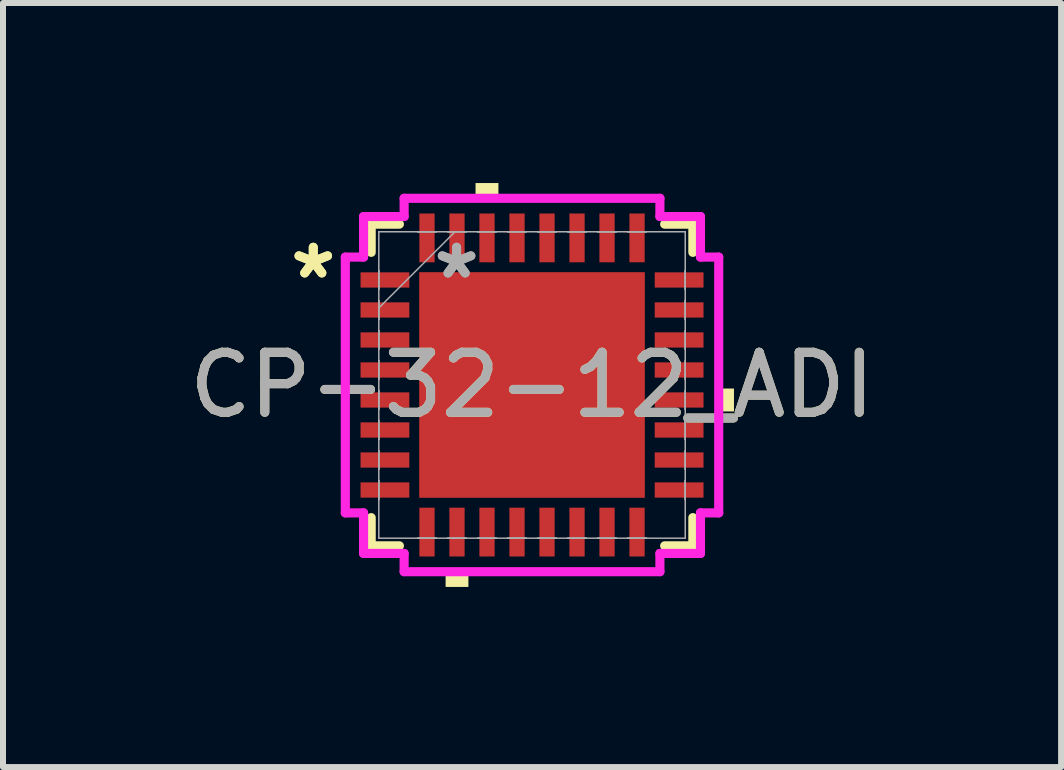
<source format=kicad_pcb>
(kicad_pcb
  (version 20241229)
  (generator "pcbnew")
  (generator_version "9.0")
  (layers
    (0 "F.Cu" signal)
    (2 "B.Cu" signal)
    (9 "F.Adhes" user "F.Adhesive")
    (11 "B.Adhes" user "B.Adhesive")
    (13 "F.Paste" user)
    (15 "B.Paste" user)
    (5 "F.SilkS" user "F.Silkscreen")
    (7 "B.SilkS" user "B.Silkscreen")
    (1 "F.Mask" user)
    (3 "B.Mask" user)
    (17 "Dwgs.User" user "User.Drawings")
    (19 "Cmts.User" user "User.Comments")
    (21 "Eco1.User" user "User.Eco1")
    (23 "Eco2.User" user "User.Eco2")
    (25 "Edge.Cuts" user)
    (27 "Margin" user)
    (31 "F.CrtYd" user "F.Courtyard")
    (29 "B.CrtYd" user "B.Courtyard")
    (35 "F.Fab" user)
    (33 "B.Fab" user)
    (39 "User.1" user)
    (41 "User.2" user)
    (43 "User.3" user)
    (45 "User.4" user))
  (footprint "CP-32-12_ADI"
    (layer "F.Cu")
    (at 5.815 3.365)
    (property "Reference" "CP-32-12_ADI" (at 0 0 0) (unlocked yes) (layer "F.SilkS") (effects (font (size 1 1) (thickness 0.15))))
    (attr smd)
    (fp_line (start -2.68 -2.68) (end -2.68 -2.21) (stroke (width 0.152) (type solid)) (layer "F.SilkS"))
    (fp_line (start -2.68 2.21) (end -2.68 2.68) (stroke (width 0.152) (type solid)) (layer "F.SilkS"))
    (fp_line (start -2.68 2.68) (end -2.21 2.68) (stroke (width 0.152) (type solid)) (layer "F.SilkS"))
    (fp_line (start -2.21 -2.68) (end -2.68 -2.68) (stroke (width 0.152) (type solid)) (layer "F.SilkS"))
    (fp_line (start 2.21 2.68) (end 2.68 2.68) (stroke (width 0.152) (type solid)) (layer "F.SilkS"))
    (fp_line (start 2.68 -2.68) (end 2.21 -2.68) (stroke (width 0.152) (type solid)) (layer "F.SilkS"))
    (fp_line (start 2.68 -2.21) (end 2.68 -2.68) (stroke (width 0.152) (type solid)) (layer "F.SilkS"))
    (fp_line (start 2.68 2.68) (end 2.68 2.21) (stroke (width 0.152) (type solid)) (layer "F.SilkS"))
    (fp_poly (pts (xy -1.44 3.111) (xy -1.44 3.365) (xy -1.06 3.365) (xy -1.06 3.111)) (stroke (width 0) (type solid)) (fill yes) (layer "F.SilkS"))
    (fp_poly (pts (xy -0.941 -3.111) (xy -0.941 -3.365) (xy -0.56 -3.365) (xy -0.56 -3.111)) (stroke (width 0) (type solid)) (fill yes) (layer "F.SilkS"))
    (fp_poly (pts (xy 3.365 0.059) (xy 3.365 0.441) (xy 3.111 0.441) (xy 3.111 0.059)) (stroke (width 0) (type solid)) (fill yes) (layer "F.SilkS"))
    (fp_line (start -3.111 -2.131) (end -2.807 -2.131) (stroke (width 0.152) (type solid)) (layer "F.CrtYd"))
    (fp_line (start -3.111 2.131) (end -3.111 -2.131) (stroke (width 0.152) (type solid)) (layer "F.CrtYd"))
    (fp_line (start -2.807 -2.807) (end -2.131 -2.807) (stroke (width 0.152) (type solid)) (layer "F.CrtYd"))
    (fp_line (start -2.807 -2.131) (end -2.807 -2.807) (stroke (width 0.152) (type solid)) (layer "F.CrtYd"))
    (fp_line (start -2.807 2.131) (end -3.111 2.131) (stroke (width 0.152) (type solid)) (layer "F.CrtYd"))
    (fp_line (start -2.807 2.807) (end -2.807 2.131) (stroke (width 0.152) (type solid)) (layer "F.CrtYd"))
    (fp_line (start -2.131 -3.111) (end 2.131 -3.111) (stroke (width 0.152) (type solid)) (layer "F.CrtYd"))
    (fp_line (start -2.131 -2.807) (end -2.131 -3.111) (stroke (width 0.152) (type solid)) (layer "F.CrtYd"))
    (fp_line (start -2.131 2.807) (end -2.807 2.807) (stroke (width 0.152) (type solid)) (layer "F.CrtYd"))
    (fp_line (start -2.131 3.111) (end -2.131 2.807) (stroke (width 0.152) (type solid)) (layer "F.CrtYd"))
    (fp_line (start 2.131 -3.111) (end 2.131 -2.807) (stroke (width 0.152) (type solid)) (layer "F.CrtYd"))
    (fp_line (start 2.131 -2.807) (end 2.807 -2.807) (stroke (width 0.152) (type solid)) (layer "F.CrtYd"))
    (fp_line (start 2.131 2.807) (end 2.131 3.111) (stroke (width 0.152) (type solid)) (layer "F.CrtYd"))
    (fp_line (start 2.131 3.111) (end -2.131 3.111) (stroke (width 0.152) (type solid)) (layer "F.CrtYd"))
    (fp_line (start 2.807 -2.807) (end 2.807 -2.131) (stroke (width 0.152) (type solid)) (layer "F.CrtYd"))
    (fp_line (start 2.807 -2.131) (end 3.111 -2.131) (stroke (width 0.152) (type solid)) (layer "F.CrtYd"))
    (fp_line (start 2.807 2.131) (end 2.807 2.807) (stroke (width 0.152) (type solid)) (layer "F.CrtYd"))
    (fp_line (start 2.807 2.807) (end 2.131 2.807) (stroke (width 0.152) (type solid)) (layer "F.CrtYd"))
    (fp_line (start 3.111 -2.131) (end 3.111 2.131) (stroke (width 0.152) (type solid)) (layer "F.CrtYd"))
    (fp_line (start 3.111 2.131) (end 2.807 2.131) (stroke (width 0.152) (type solid)) (layer "F.CrtYd"))
    (fp_line (start -2.553 -2.553) (end -2.553 2.553) (stroke (width 0.025) (type solid)) (layer "F.Fab"))
    (fp_line (start -2.553 -1.902) (end -2.553 -1.902) (stroke (width 0.025) (type solid)) (layer "F.Fab"))
    (fp_line (start -2.553 -1.902) (end -2.553 -1.598) (stroke (width 0.025) (type solid)) (layer "F.Fab"))
    (fp_line (start -2.553 -1.598) (end -2.553 -1.902) (stroke (width 0.025) (type solid)) (layer "F.Fab"))
    (fp_line (start -2.553 -1.598) (end -2.553 -1.598) (stroke (width 0.025) (type solid)) (layer "F.Fab"))
    (fp_line (start -2.553 -1.402) (end -2.553 -1.402) (stroke (width 0.025) (type solid)) (layer "F.Fab"))
    (fp_line (start -2.553 -1.402) (end -2.553 -1.098) (stroke (width 0.025) (type solid)) (layer "F.Fab"))
    (fp_line (start -2.553 -1.283) (end -1.283 -2.553) (stroke (width 0.025) (type solid)) (layer "F.Fab"))
    (fp_line (start -2.553 -1.098) (end -2.553 -1.402) (stroke (width 0.025) (type solid)) (layer "F.Fab"))
    (fp_line (start -2.553 -1.098) (end -2.553 -1.098) (stroke (width 0.025) (type solid)) (layer "F.Fab"))
    (fp_line (start -2.553 -0.902) (end -2.553 -0.902) (stroke (width 0.025) (type solid)) (layer "F.Fab"))
    (fp_line (start -2.553 -0.902) (end -2.553 -0.598) (stroke (width 0.025) (type solid)) (layer "F.Fab"))
    (fp_line (start -2.553 -0.598) (end -2.553 -0.902) (stroke (width 0.025) (type solid)) (layer "F.Fab"))
    (fp_line (start -2.553 -0.598) (end -2.553 -0.598) (stroke (width 0.025) (type solid)) (layer "F.Fab"))
    (fp_line (start -2.553 -0.402) (end -2.553 -0.402) (stroke (width 0.025) (type solid)) (layer "F.Fab"))
    (fp_line (start -2.553 -0.402) (end -2.553 -0.098) (stroke (width 0.025) (type solid)) (layer "F.Fab"))
    (fp_line (start -2.553 -0.098) (end -2.553 -0.402) (stroke (width 0.025) (type solid)) (layer "F.Fab"))
    (fp_line (start -2.553 -0.098) (end -2.553 -0.098) (stroke (width 0.025) (type solid)) (layer "F.Fab"))
    (fp_line (start -2.553 0.098) (end -2.553 0.098) (stroke (width 0.025) (type solid)) (layer "F.Fab"))
    (fp_line (start -2.553 0.098) (end -2.553 0.402) (stroke (width 0.025) (type solid)) (layer "F.Fab"))
    (fp_line (start -2.553 0.402) (end -2.553 0.098) (stroke (width 0.025) (type solid)) (layer "F.Fab"))
    (fp_line (start -2.553 0.402) (end -2.553 0.402) (stroke (width 0.025) (type solid)) (layer "F.Fab"))
    (fp_line (start -2.553 0.598) (end -2.553 0.598) (stroke (width 0.025) (type solid)) (layer "F.Fab"))
    (fp_line (start -2.553 0.598) (end -2.553 0.902) (stroke (width 0.025) (type solid)) (layer "F.Fab"))
    (fp_line (start -2.553 0.902) (end -2.553 0.598) (stroke (width 0.025) (type solid)) (layer "F.Fab"))
    (fp_line (start -2.553 0.902) (end -2.553 0.902) (stroke (width 0.025) (type solid)) (layer "F.Fab"))
    (fp_line (start -2.553 1.098) (end -2.553 1.098) (stroke (width 0.025) (type solid)) (layer "F.Fab"))
    (fp_line (start -2.553 1.098) (end -2.553 1.402) (stroke (width 0.025) (type solid)) (layer "F.Fab"))
    (fp_line (start -2.553 1.402) (end -2.553 1.098) (stroke (width 0.025) (type solid)) (layer "F.Fab"))
    (fp_line (start -2.553 1.402) (end -2.553 1.402) (stroke (width 0.025) (type solid)) (layer "F.Fab"))
    (fp_line (start -2.553 1.598) (end -2.553 1.598) (stroke (width 0.025) (type solid)) (layer "F.Fab"))
    (fp_line (start -2.553 1.598) (end -2.553 1.902) (stroke (width 0.025) (type solid)) (layer "F.Fab"))
    (fp_line (start -2.553 1.902) (end -2.553 1.598) (stroke (width 0.025) (type solid)) (layer "F.Fab"))
    (fp_line (start -2.553 1.902) (end -2.553 1.902) (stroke (width 0.025) (type solid)) (layer "F.Fab"))
    (fp_line (start -2.553 2.553) (end 2.553 2.553) (stroke (width 0.025) (type solid)) (layer "F.Fab"))
    (fp_line (start -1.902 -2.553) (end -1.902 -2.553) (stroke (width 0.025) (type solid)) (layer "F.Fab"))
    (fp_line (start -1.902 -2.553) (end -1.598 -2.553) (stroke (width 0.025) (type solid)) (layer "F.Fab"))
    (fp_line (start -1.902 2.553) (end -1.902 2.553) (stroke (width 0.025) (type solid)) (layer "F.Fab"))
    (fp_line (start -1.902 2.553) (end -1.598 2.553) (stroke (width 0.025) (type solid)) (layer "F.Fab"))
    (fp_line (start -1.598 -2.553) (end -1.902 -2.553) (stroke (width 0.025) (type solid)) (layer "F.Fab"))
    (fp_line (start -1.598 -2.553) (end -1.598 -2.553) (stroke (width 0.025) (type solid)) (layer "F.Fab"))
    (fp_line (start -1.598 2.553) (end -1.902 2.553) (stroke (width 0.025) (type solid)) (layer "F.Fab"))
    (fp_line (start -1.598 2.553) (end -1.598 2.553) (stroke (width 0.025) (type solid)) (layer "F.Fab"))
    (fp_line (start -1.402 -2.553) (end -1.402 -2.553) (stroke (width 0.025) (type solid)) (layer "F.Fab"))
    (fp_line (start -1.402 -2.553) (end -1.098 -2.553) (stroke (width 0.025) (type solid)) (layer "F.Fab"))
    (fp_line (start -1.402 2.553) (end -1.402 2.553) (stroke (width 0.025) (type solid)) (layer "F.Fab"))
    (fp_line (start -1.402 2.553) (end -1.098 2.553) (stroke (width 0.025) (type solid)) (layer "F.Fab"))
    (fp_line (start -1.098 -2.553) (end -1.402 -2.553) (stroke (width 0.025) (type solid)) (layer "F.Fab"))
    (fp_line (start -1.098 -2.553) (end -1.098 -2.553) (stroke (width 0.025) (type solid)) (layer "F.Fab"))
    (fp_line (start -1.098 2.553) (end -1.402 2.553) (stroke (width 0.025) (type solid)) (layer "F.Fab"))
    (fp_line (start -1.098 2.553) (end -1.098 2.553) (stroke (width 0.025) (type solid)) (layer "F.Fab"))
    (fp_line (start -0.902 -2.553) (end -0.902 -2.553) (stroke (width 0.025) (type solid)) (layer "F.Fab"))
    (fp_line (start -0.902 -2.553) (end -0.598 -2.553) (stroke (width 0.025) (type solid)) (layer "F.Fab"))
    (fp_line (start -0.902 2.553) (end -0.902 2.553) (stroke (width 0.025) (type solid)) (layer "F.Fab"))
    (fp_line (start -0.902 2.553) (end -0.598 2.553) (stroke (width 0.025) (type solid)) (layer "F.Fab"))
    (fp_line (start -0.598 -2.553) (end -0.902 -2.553) (stroke (width 0.025) (type solid)) (layer "F.Fab"))
    (fp_line (start -0.598 -2.553) (end -0.598 -2.553) (stroke (width 0.025) (type solid)) (layer "F.Fab"))
    (fp_line (start -0.598 2.553) (end -0.902 2.553) (stroke (width 0.025) (type solid)) (layer "F.Fab"))
    (fp_line (start -0.598 2.553) (end -0.598 2.553) (stroke (width 0.025) (type solid)) (layer "F.Fab"))
    (fp_line (start -0.402 -2.553) (end -0.402 -2.553) (stroke (width 0.025) (type solid)) (layer "F.Fab"))
    (fp_line (start -0.402 -2.553) (end -0.098 -2.553) (stroke (width 0.025) (type solid)) (layer "F.Fab"))
    (fp_line (start -0.402 2.553) (end -0.402 2.553) (stroke (width 0.025) (type solid)) (layer "F.Fab"))
    (fp_line (start -0.402 2.553) (end -0.098 2.553) (stroke (width 0.025) (type solid)) (layer "F.Fab"))
    (fp_line (start -0.098 -2.553) (end -0.402 -2.553) (stroke (width 0.025) (type solid)) (layer "F.Fab"))
    (fp_line (start -0.098 -2.553) (end -0.098 -2.553) (stroke (width 0.025) (type solid)) (layer "F.Fab"))
    (fp_line (start -0.098 2.553) (end -0.402 2.553) (stroke (width 0.025) (type solid)) (layer "F.Fab"))
    (fp_line (start -0.098 2.553) (end -0.098 2.553) (stroke (width 0.025) (type solid)) (layer "F.Fab"))
    (fp_line (start 0.098 -2.553) (end 0.098 -2.553) (stroke (width 0.025) (type solid)) (layer "F.Fab"))
    (fp_line (start 0.098 -2.553) (end 0.402 -2.553) (stroke (width 0.025) (type solid)) (layer "F.Fab"))
    (fp_line (start 0.098 2.553) (end 0.098 2.553) (stroke (width 0.025) (type solid)) (layer "F.Fab"))
    (fp_line (start 0.098 2.553) (end 0.402 2.553) (stroke (width 0.025) (type solid)) (layer "F.Fab"))
    (fp_line (start 0.402 -2.553) (end 0.098 -2.553) (stroke (width 0.025) (type solid)) (layer "F.Fab"))
    (fp_line (start 0.402 -2.553) (end 0.402 -2.553) (stroke (width 0.025) (type solid)) (layer "F.Fab"))
    (fp_line (start 0.402 2.553) (end 0.098 2.553) (stroke (width 0.025) (type solid)) (layer "F.Fab"))
    (fp_line (start 0.402 2.553) (end 0.402 2.553) (stroke (width 0.025) (type solid)) (layer "F.Fab"))
    (fp_line (start 0.598 -2.553) (end 0.598 -2.553) (stroke (width 0.025) (type solid)) (layer "F.Fab"))
    (fp_line (start 0.598 -2.553) (end 0.902 -2.553) (stroke (width 0.025) (type solid)) (layer "F.Fab"))
    (fp_line (start 0.598 2.553) (end 0.598 2.553) (stroke (width 0.025) (type solid)) (layer "F.Fab"))
    (fp_line (start 0.598 2.553) (end 0.902 2.553) (stroke (width 0.025) (type solid)) (layer "F.Fab"))
    (fp_line (start 0.902 -2.553) (end 0.598 -2.553) (stroke (width 0.025) (type solid)) (layer "F.Fab"))
    (fp_line (start 0.902 -2.553) (end 0.902 -2.553) (stroke (width 0.025) (type solid)) (layer "F.Fab"))
    (fp_line (start 0.902 2.553) (end 0.598 2.553) (stroke (width 0.025) (type solid)) (layer "F.Fab"))
    (fp_line (start 0.902 2.553) (end 0.902 2.553) (stroke (width 0.025) (type solid)) (layer "F.Fab"))
    (fp_line (start 1.098 -2.553) (end 1.098 -2.553) (stroke (width 0.025) (type solid)) (layer "F.Fab"))
    (fp_line (start 1.098 -2.553) (end 1.402 -2.553) (stroke (width 0.025) (type solid)) (layer "F.Fab"))
    (fp_line (start 1.098 2.553) (end 1.098 2.553) (stroke (width 0.025) (type solid)) (layer "F.Fab"))
    (fp_line (start 1.098 2.553) (end 1.402 2.553) (stroke (width 0.025) (type solid)) (layer "F.Fab"))
    (fp_line (start 1.402 -2.553) (end 1.098 -2.553) (stroke (width 0.025) (type solid)) (layer "F.Fab"))
    (fp_line (start 1.402 -2.553) (end 1.402 -2.553) (stroke (width 0.025) (type solid)) (layer "F.Fab"))
    (fp_line (start 1.402 2.553) (end 1.098 2.553) (stroke (width 0.025) (type solid)) (layer "F.Fab"))
    (fp_line (start 1.402 2.553) (end 1.402 2.553) (stroke (width 0.025) (type solid)) (layer "F.Fab"))
    (fp_line (start 1.598 -2.553) (end 1.598 -2.553) (stroke (width 0.025) (type solid)) (layer "F.Fab"))
    (fp_line (start 1.598 -2.553) (end 1.902 -2.553) (stroke (width 0.025) (type solid)) (layer "F.Fab"))
    (fp_line (start 1.598 2.553) (end 1.598 2.553) (stroke (width 0.025) (type solid)) (layer "F.Fab"))
    (fp_line (start 1.598 2.553) (end 1.902 2.553) (stroke (width 0.025) (type solid)) (layer "F.Fab"))
    (fp_line (start 1.902 -2.553) (end 1.598 -2.553) (stroke (width 0.025) (type solid)) (layer "F.Fab"))
    (fp_line (start 1.902 -2.553) (end 1.902 -2.553) (stroke (width 0.025) (type solid)) (layer "F.Fab"))
    (fp_line (start 1.902 2.553) (end 1.598 2.553) (stroke (width 0.025) (type solid)) (layer "F.Fab"))
    (fp_line (start 1.902 2.553) (end 1.902 2.553) (stroke (width 0.025) (type solid)) (layer "F.Fab"))
    (fp_line (start 2.553 -2.553) (end -2.553 -2.553) (stroke (width 0.025) (type solid)) (layer "F.Fab"))
    (fp_line (start 2.553 -1.902) (end 2.553 -1.902) (stroke (width 0.025) (type solid)) (layer "F.Fab"))
    (fp_line (start 2.553 -1.902) (end 2.553 -1.598) (stroke (width 0.025) (type solid)) (layer "F.Fab"))
    (fp_line (start 2.553 -1.598) (end 2.553 -1.902) (stroke (width 0.025) (type solid)) (layer "F.Fab"))
    (fp_line (start 2.553 -1.598) (end 2.553 -1.598) (stroke (width 0.025) (type solid)) (layer "F.Fab"))
    (fp_line (start 2.553 -1.402) (end 2.553 -1.402) (stroke (width 0.025) (type solid)) (layer "F.Fab"))
    (fp_line (start 2.553 -1.402) (end 2.553 -1.098) (stroke (width 0.025) (type solid)) (layer "F.Fab"))
    (fp_line (start 2.553 -1.098) (end 2.553 -1.402) (stroke (width 0.025) (type solid)) (layer "F.Fab"))
    (fp_line (start 2.553 -1.098) (end 2.553 -1.098) (stroke (width 0.025) (type solid)) (layer "F.Fab"))
    (fp_line (start 2.553 -0.902) (end 2.553 -0.902) (stroke (width 0.025) (type solid)) (layer "F.Fab"))
    (fp_line (start 2.553 -0.902) (end 2.553 -0.598) (stroke (width 0.025) (type solid)) (layer "F.Fab"))
    (fp_line (start 2.553 -0.598) (end 2.553 -0.902) (stroke (width 0.025) (type solid)) (layer "F.Fab"))
    (fp_line (start 2.553 -0.598) (end 2.553 -0.598) (stroke (width 0.025) (type solid)) (layer "F.Fab"))
    (fp_line (start 2.553 -0.402) (end 2.553 -0.402) (stroke (width 0.025) (type solid)) (layer "F.Fab"))
    (fp_line (start 2.553 -0.402) (end 2.553 -0.098) (stroke (width 0.025) (type solid)) (layer "F.Fab"))
    (fp_line (start 2.553 -0.098) (end 2.553 -0.402) (stroke (width 0.025) (type solid)) (layer "F.Fab"))
    (fp_line (start 2.553 -0.098) (end 2.553 -0.098) (stroke (width 0.025) (type solid)) (layer "F.Fab"))
    (fp_line (start 2.553 0.098) (end 2.553 0.098) (stroke (width 0.025) (type solid)) (layer "F.Fab"))
    (fp_line (start 2.553 0.098) (end 2.553 0.402) (stroke (width 0.025) (type solid)) (layer "F.Fab"))
    (fp_line (start 2.553 0.402) (end 2.553 0.098) (stroke (width 0.025) (type solid)) (layer "F.Fab"))
    (fp_line (start 2.553 0.402) (end 2.553 0.402) (stroke (width 0.025) (type solid)) (layer "F.Fab"))
    (fp_line (start 2.553 0.598) (end 2.553 0.598) (stroke (width 0.025) (type solid)) (layer "F.Fab"))
    (fp_line (start 2.553 0.598) (end 2.553 0.902) (stroke (width 0.025) (type solid)) (layer "F.Fab"))
    (fp_line (start 2.553 0.902) (end 2.553 0.598) (stroke (width 0.025) (type solid)) (layer "F.Fab"))
    (fp_line (start 2.553 0.902) (end 2.553 0.902) (stroke (width 0.025) (type solid)) (layer "F.Fab"))
    (fp_line (start 2.553 1.098) (end 2.553 1.098) (stroke (width 0.025) (type solid)) (layer "F.Fab"))
    (fp_line (start 2.553 1.098) (end 2.553 1.402) (stroke (width 0.025) (type solid)) (layer "F.Fab"))
    (fp_line (start 2.553 1.402) (end 2.553 1.098) (stroke (width 0.025) (type solid)) (layer "F.Fab"))
    (fp_line (start 2.553 1.402) (end 2.553 1.402) (stroke (width 0.025) (type solid)) (layer "F.Fab"))
    (fp_line (start 2.553 1.598) (end 2.553 1.598) (stroke (width 0.025) (type solid)) (layer "F.Fab"))
    (fp_line (start 2.553 1.598) (end 2.553 1.902) (stroke (width 0.025) (type solid)) (layer "F.Fab"))
    (fp_line (start 2.553 1.902) (end 2.553 1.598) (stroke (width 0.025) (type solid)) (layer "F.Fab"))
    (fp_line (start 2.553 1.902) (end 2.553 1.902) (stroke (width 0.025) (type solid)) (layer "F.Fab"))
    (fp_line (start 2.553 2.553) (end 2.553 -2.553) (stroke (width 0.025) (type solid)) (layer "F.Fab"))
    (fp_text user "*" (at -3.645 -1.75 0) (unlocked yes) (layer "F.SilkS") (effects (font (size 1 1) (thickness 0.15))))
    (fp_text user "*" (at -3.645 -1.75 0) (layer "F.SilkS") (effects (font (size 1 1) (thickness 0.15))))
    (fp_text user "${REFERENCE}" (at 0 0 0) (unlocked yes) (layer "F.Fab") (effects (font (size 1 1) (thickness 0.15))))
    (fp_text user "*" (at -1.257 -1.75 0) (layer "F.Fab") (effects (font (size 1 1) (thickness 0.15))))
    (fp_text user "*" (at -1.257 -1.75 0) (unlocked yes) (layer "F.Fab") (effects (font (size 1 1) (thickness 0.15))))
    (pad "1" smd rect (at -2.451 -1.75 90) (size 0.254 0.813) (layers "F.Cu" "F.Mask" "F.Paste"))
    (pad "2" smd rect (at -2.451 -1.25 90) (size 0.254 0.813) (layers "F.Cu" "F.Mask" "F.Paste"))
    (pad "3" smd rect (at -2.451 -0.75 90) (size 0.254 0.813) (layers "F.Cu" "F.Mask" "F.Paste"))
    (pad "4" smd rect (at -2.451 -0.25 90) (size 0.254 0.813) (layers "F.Cu" "F.Mask" "F.Paste"))
    (pad "5" smd rect (at -2.451 0.25 90) (size 0.254 0.813) (layers "F.Cu" "F.Mask" "F.Paste"))
    (pad "6" smd rect (at -2.451 0.75 90) (size 0.254 0.813) (layers "F.Cu" "F.Mask" "F.Paste"))
    (pad "7" smd rect (at -2.451 1.25 90) (size 0.254 0.813) (layers "F.Cu" "F.Mask" "F.Paste"))
    (pad "8" smd rect (at -2.451 1.75 90) (size 0.254 0.813) (layers "F.Cu" "F.Mask" "F.Paste"))
    (pad "9" smd rect (at -1.75 2.451) (size 0.254 0.813) (layers "F.Cu" "F.Mask" "F.Paste"))
    (pad "10" smd rect (at -1.25 2.451) (size 0.254 0.813) (layers "F.Cu" "F.Mask" "F.Paste"))
    (pad "11" smd rect (at -0.75 2.451) (size 0.254 0.813) (layers "F.Cu" "F.Mask" "F.Paste"))
    (pad "12" smd rect (at -0.25 2.451) (size 0.254 0.813) (layers "F.Cu" "F.Mask" "F.Paste"))
    (pad "13" smd rect (at 0.25 2.451) (size 0.254 0.813) (layers "F.Cu" "F.Mask" "F.Paste"))
    (pad "14" smd rect (at 0.75 2.451) (size 0.254 0.813) (layers "F.Cu" "F.Mask" "F.Paste"))
    (pad "15" smd rect (at 1.25 2.451) (size 0.254 0.813) (layers "F.Cu" "F.Mask" "F.Paste"))
    (pad "16" smd rect (at 1.75 2.451) (size 0.254 0.813) (layers "F.Cu" "F.Mask" "F.Paste"))
    (pad "17" smd rect (at 2.451 1.75 90) (size 0.254 0.813) (layers "F.Cu" "F.Mask" "F.Paste"))
    (pad "18" smd rect (at 2.451 1.25 90) (size 0.254 0.813) (layers "F.Cu" "F.Mask" "F.Paste"))
    (pad "19" smd rect (at 2.451 0.75 90) (size 0.254 0.813) (layers "F.Cu" "F.Mask" "F.Paste"))
    (pad "20" smd rect (at 2.451 0.25 90) (size 0.254 0.813) (layers "F.Cu" "F.Mask" "F.Paste"))
    (pad "21" smd rect (at 2.451 -0.25 90) (size 0.254 0.813) (layers "F.Cu" "F.Mask" "F.Paste"))
    (pad "22" smd rect (at 2.451 -0.75 90) (size 0.254 0.813) (layers "F.Cu" "F.Mask" "F.Paste"))
    (pad "23" smd rect (at 2.451 -1.25 90) (size 0.254 0.813) (layers "F.Cu" "F.Mask" "F.Paste"))
    (pad "24" smd rect (at 2.451 -1.75 90) (size 0.254 0.813) (layers "F.Cu" "F.Mask" "F.Paste"))
    (pad "25" smd rect (at 1.75 -2.451) (size 0.254 0.813) (layers "F.Cu" "F.Mask" "F.Paste"))
    (pad "26" smd rect (at 1.25 -2.451) (size 0.254 0.813) (layers "F.Cu" "F.Mask" "F.Paste"))
    (pad "27" smd rect (at 0.75 -2.451) (size 0.254 0.813) (layers "F.Cu" "F.Mask" "F.Paste"))
    (pad "28" smd rect (at 0.25 -2.451) (size 0.254 0.813) (layers "F.Cu" "F.Mask" "F.Paste"))
    (pad "29" smd rect (at -0.25 -2.451) (size 0.254 0.813) (layers "F.Cu" "F.Mask" "F.Paste"))
    (pad "30" smd rect (at -0.75 -2.451) (size 0.254 0.813) (layers "F.Cu" "F.Mask" "F.Paste"))
    (pad "31" smd rect (at -1.25 -2.451) (size 0.254 0.813) (layers "F.Cu" "F.Mask" "F.Paste"))
    (pad "32" smd rect (at -1.75 -2.451) (size 0.254 0.813) (layers "F.Cu" "F.Mask" "F.Paste"))
    (pad "33" smd rect (at 0 0) (size 3.759 3.759) (layers "F.Cu" "F.Mask" "F.Paste")))
  (gr_rect
    (start -3 -3)
    (end 14.631 9.731)
    (stroke (width 0.1) (type default))
    (fill no)
    (layer "Edge.Cuts")))
</source>
